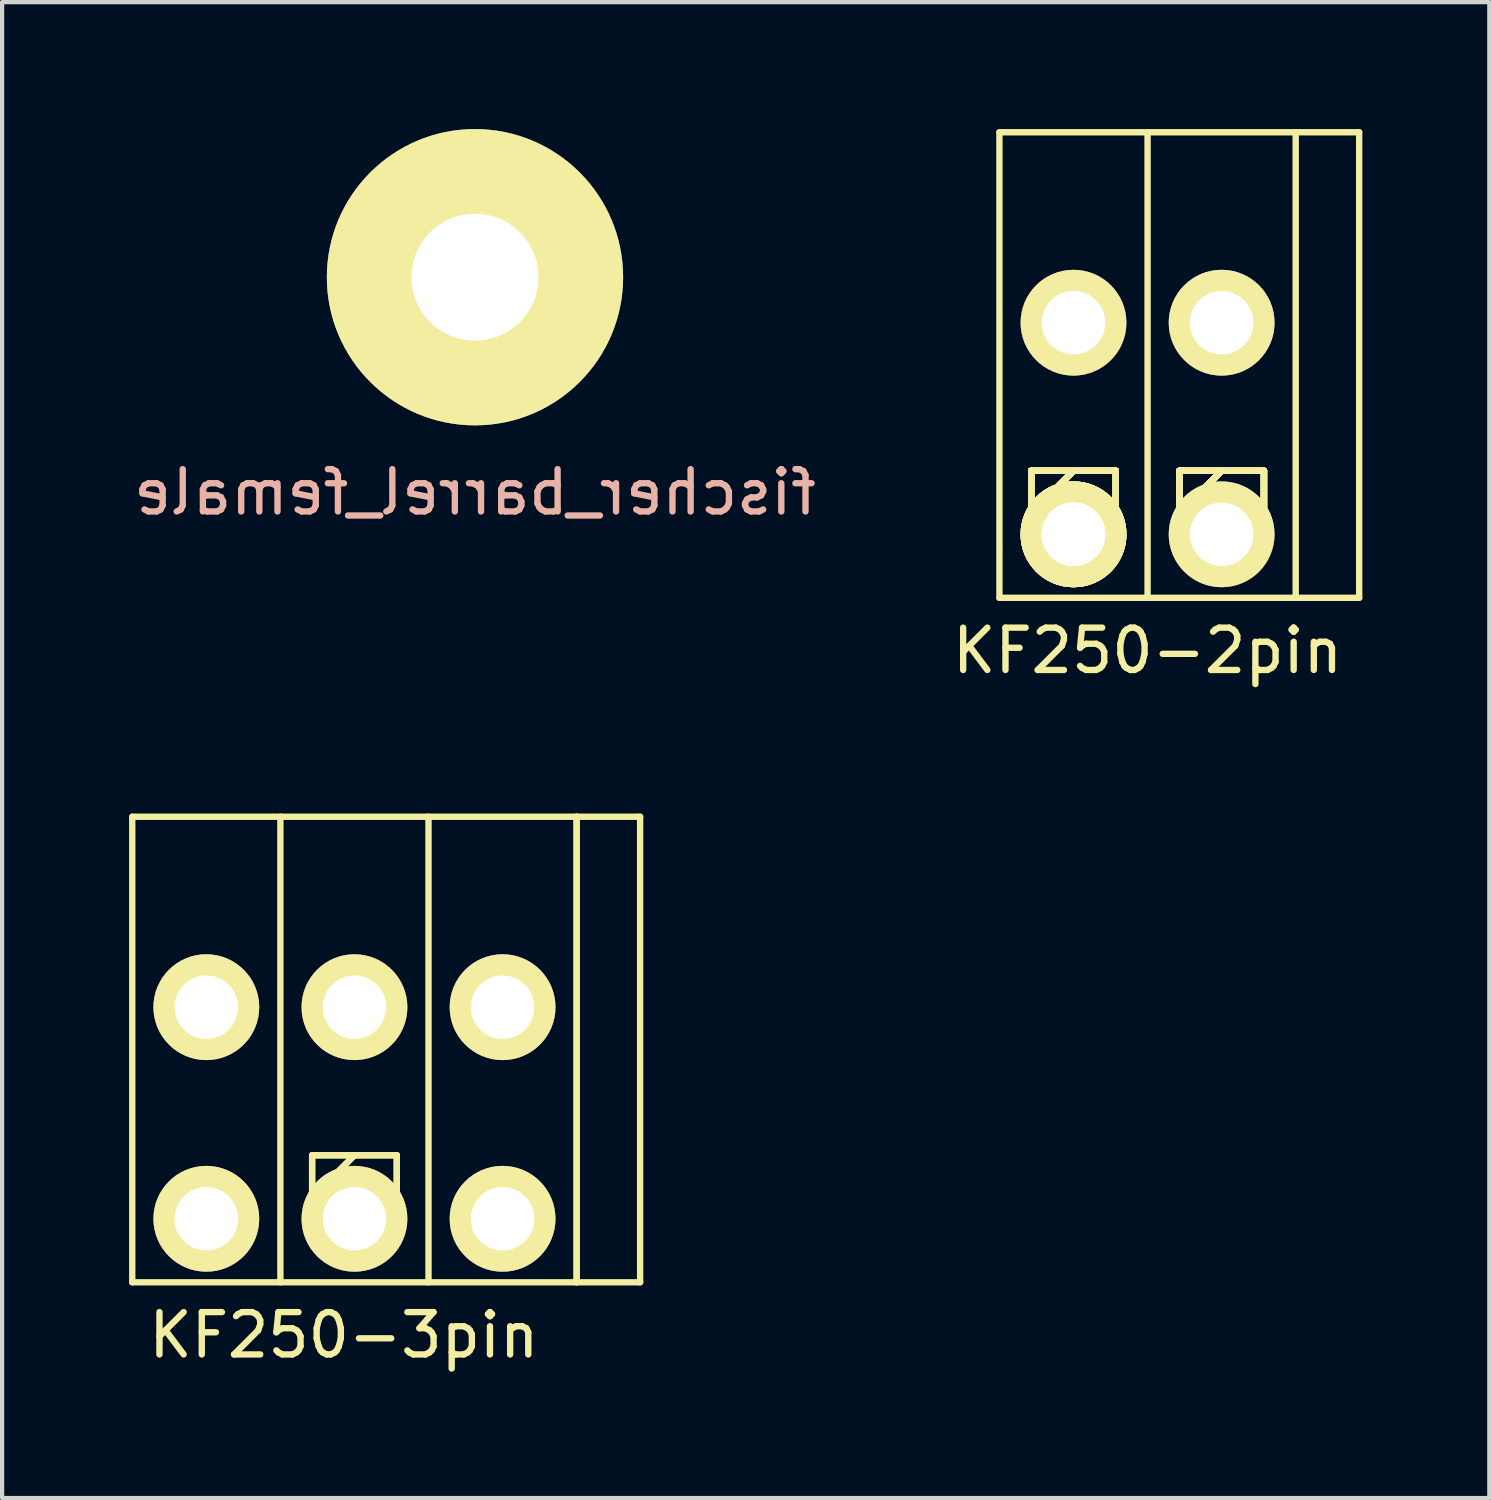
<source format=kicad_pcb>
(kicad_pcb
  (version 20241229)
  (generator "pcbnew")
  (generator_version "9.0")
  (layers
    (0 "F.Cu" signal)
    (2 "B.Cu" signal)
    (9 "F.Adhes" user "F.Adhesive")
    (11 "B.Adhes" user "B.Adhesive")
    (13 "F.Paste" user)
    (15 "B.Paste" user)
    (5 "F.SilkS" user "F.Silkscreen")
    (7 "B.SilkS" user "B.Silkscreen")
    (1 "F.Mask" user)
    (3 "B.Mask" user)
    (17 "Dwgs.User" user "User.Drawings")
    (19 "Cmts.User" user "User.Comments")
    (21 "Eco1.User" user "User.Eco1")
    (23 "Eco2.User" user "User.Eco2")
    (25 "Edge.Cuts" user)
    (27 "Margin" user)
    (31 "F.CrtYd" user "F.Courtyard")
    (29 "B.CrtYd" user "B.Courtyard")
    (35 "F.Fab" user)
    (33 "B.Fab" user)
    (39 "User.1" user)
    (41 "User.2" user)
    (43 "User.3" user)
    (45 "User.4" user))
  (footprint "KF250-2pin"
    (layer "F.Cu")
    (at 24.065 7.075)
    (property "Reference" "KF250-2pin" (at 0 5.25 0) (layer "F.SilkS") (effects (font (size 1 1) (thickness 0.15))))
    (attr through_hole)
    (fp_line (start -3.5 -7) (end -3.5 4) (stroke (width 0.15) (type solid)) (layer "F.SilkS"))
    (fp_line (start -3.5 -7) (end 5 -7) (stroke (width 0.15) (type solid)) (layer "F.SilkS"))
    (fp_line (start -3.5 4) (end 5 4) (stroke (width 0.15) (type solid)) (layer "F.SilkS"))
    (fp_line (start -2.75 1) (end -2.75 3) (stroke (width 0.15) (type solid)) (layer "F.SilkS"))
    (fp_line (start -2.75 1) (end -2.75 3) (stroke (width 0.15) (type solid)) (layer "F.SilkS"))
    (fp_line (start -2.75 1) (end -2.75 3) (stroke (width 0.15) (type solid)) (layer "F.SilkS"))
    (fp_line (start -2.75 1) (end -2.75 3) (stroke (width 0.15) (type solid)) (layer "F.SilkS"))
    (fp_line (start -2.75 1) (end -2.75 3) (stroke (width 0.15) (type solid)) (layer "F.SilkS"))
    (fp_line (start -2.75 1) (end -2.75 3) (stroke (width 0.15) (type solid)) (layer "F.SilkS"))
    (fp_line (start -2.75 1) (end -2.75 3) (stroke (width 0.15) (type solid)) (layer "F.SilkS"))
    (fp_line (start -2.75 1) (end -2.75 3) (stroke (width 0.15) (type solid)) (layer "F.SilkS"))
    (fp_line (start -2.75 3) (end -0.75 3) (stroke (width 0.15) (type solid)) (layer "F.SilkS"))
    (fp_line (start -2.75 3) (end -0.75 3) (stroke (width 0.15) (type solid)) (layer "F.SilkS"))
    (fp_line (start -2.75 3) (end -0.75 3) (stroke (width 0.15) (type solid)) (layer "F.SilkS"))
    (fp_line (start -2.75 3) (end -0.75 3) (stroke (width 0.15) (type solid)) (layer "F.SilkS"))
    (fp_line (start -2.75 3) (end -0.75 3) (stroke (width 0.15) (type solid)) (layer "F.SilkS"))
    (fp_line (start -2.75 3) (end -0.75 3) (stroke (width 0.15) (type solid)) (layer "F.SilkS"))
    (fp_line (start -2.75 3) (end -0.75 3) (stroke (width 0.15) (type solid)) (layer "F.SilkS"))
    (fp_line (start -2.75 3) (end -0.75 3) (stroke (width 0.15) (type solid)) (layer "F.SilkS"))
    (fp_line (start -1.75 1) (end -2.75 2) (stroke (width 0.15) (type solid)) (layer "F.SilkS"))
    (fp_line (start -1.75 1) (end -2.75 2) (stroke (width 0.15) (type solid)) (layer "F.SilkS"))
    (fp_line (start -1.75 1) (end -2.75 2) (stroke (width 0.15) (type solid)) (layer "F.SilkS"))
    (fp_line (start -1.75 1) (end -2.75 2) (stroke (width 0.15) (type solid)) (layer "F.SilkS"))
    (fp_line (start -1.75 1) (end -2.75 2) (stroke (width 0.15) (type solid)) (layer "F.SilkS"))
    (fp_line (start -1.75 1) (end -2.75 2) (stroke (width 0.15) (type solid)) (layer "F.SilkS"))
    (fp_line (start -1.75 1) (end -2.75 2) (stroke (width 0.15) (type solid)) (layer "F.SilkS"))
    (fp_line (start -1.75 1) (end -2.75 2) (stroke (width 0.15) (type solid)) (layer "F.SilkS"))
    (fp_line (start -0.75 1) (end -2.75 1) (stroke (width 0.15) (type solid)) (layer "F.SilkS"))
    (fp_line (start -0.75 1) (end -2.75 1) (stroke (width 0.15) (type solid)) (layer "F.SilkS"))
    (fp_line (start -0.75 1) (end -2.75 1) (stroke (width 0.15) (type solid)) (layer "F.SilkS"))
    (fp_line (start -0.75 1) (end -2.75 1) (stroke (width 0.15) (type solid)) (layer "F.SilkS"))
    (fp_line (start -0.75 1) (end -2.75 1) (stroke (width 0.15) (type solid)) (layer "F.SilkS"))
    (fp_line (start -0.75 1) (end -2.75 1) (stroke (width 0.15) (type solid)) (layer "F.SilkS"))
    (fp_line (start -0.75 1) (end -2.75 1) (stroke (width 0.15) (type solid)) (layer "F.SilkS"))
    (fp_line (start -0.75 1) (end -2.75 1) (stroke (width 0.15) (type solid)) (layer "F.SilkS"))
    (fp_line (start -0.75 3) (end -0.75 1) (stroke (width 0.15) (type solid)) (layer "F.SilkS"))
    (fp_line (start -0.75 3) (end -0.75 1) (stroke (width 0.15) (type solid)) (layer "F.SilkS"))
    (fp_line (start -0.75 3) (end -0.75 1) (stroke (width 0.15) (type solid)) (layer "F.SilkS"))
    (fp_line (start -0.75 3) (end -0.75 1) (stroke (width 0.15) (type solid)) (layer "F.SilkS"))
    (fp_line (start -0.75 3) (end -0.75 1) (stroke (width 0.15) (type solid)) (layer "F.SilkS"))
    (fp_line (start -0.75 3) (end -0.75 1) (stroke (width 0.15) (type solid)) (layer "F.SilkS"))
    (fp_line (start -0.75 3) (end -0.75 1) (stroke (width 0.15) (type solid)) (layer "F.SilkS"))
    (fp_line (start -0.75 3) (end -0.75 1) (stroke (width 0.15) (type solid)) (layer "F.SilkS"))
    (fp_line (start 0 -7) (end 0 4) (stroke (width 0.15) (type solid)) (layer "F.SilkS"))
    (fp_line (start 0.75 1) (end 0.75 3) (stroke (width 0.15) (type solid)) (layer "F.SilkS"))
    (fp_line (start 0.75 1) (end 0.75 3) (stroke (width 0.15) (type solid)) (layer "F.SilkS"))
    (fp_line (start 0.75 1) (end 0.75 3) (stroke (width 0.15) (type solid)) (layer "F.SilkS"))
    (fp_line (start 0.75 1) (end 0.75 3) (stroke (width 0.15) (type solid)) (layer "F.SilkS"))
    (fp_line (start 0.75 1) (end 0.75 3) (stroke (width 0.15) (type solid)) (layer "F.SilkS"))
    (fp_line (start 0.75 1) (end 0.75 3) (stroke (width 0.15) (type solid)) (layer "F.SilkS"))
    (fp_line (start 0.75 1) (end 0.75 3) (stroke (width 0.15) (type solid)) (layer "F.SilkS"))
    (fp_line (start 0.75 1) (end 0.75 3) (stroke (width 0.15) (type solid)) (layer "F.SilkS"))
    (fp_line (start 0.75 3) (end 2.75 3) (stroke (width 0.15) (type solid)) (layer "F.SilkS"))
    (fp_line (start 0.75 3) (end 2.75 3) (stroke (width 0.15) (type solid)) (layer "F.SilkS"))
    (fp_line (start 0.75 3) (end 2.75 3) (stroke (width 0.15) (type solid)) (layer "F.SilkS"))
    (fp_line (start 0.75 3) (end 2.75 3) (stroke (width 0.15) (type solid)) (layer "F.SilkS"))
    (fp_line (start 0.75 3) (end 2.75 3) (stroke (width 0.15) (type solid)) (layer "F.SilkS"))
    (fp_line (start 0.75 3) (end 2.75 3) (stroke (width 0.15) (type solid)) (layer "F.SilkS"))
    (fp_line (start 0.75 3) (end 2.75 3) (stroke (width 0.15) (type solid)) (layer "F.SilkS"))
    (fp_line (start 0.75 3) (end 2.75 3) (stroke (width 0.15) (type solid)) (layer "F.SilkS"))
    (fp_line (start 1.75 1) (end 0.75 2) (stroke (width 0.15) (type solid)) (layer "F.SilkS"))
    (fp_line (start 1.75 1) (end 0.75 2) (stroke (width 0.15) (type solid)) (layer "F.SilkS"))
    (fp_line (start 1.75 1) (end 0.75 2) (stroke (width 0.15) (type solid)) (layer "F.SilkS"))
    (fp_line (start 1.75 1) (end 0.75 2) (stroke (width 0.15) (type solid)) (layer "F.SilkS"))
    (fp_line (start 1.75 1) (end 0.75 2) (stroke (width 0.15) (type solid)) (layer "F.SilkS"))
    (fp_line (start 1.75 1) (end 0.75 2) (stroke (width 0.15) (type solid)) (layer "F.SilkS"))
    (fp_line (start 1.75 1) (end 0.75 2) (stroke (width 0.15) (type solid)) (layer "F.SilkS"))
    (fp_line (start 1.75 1) (end 0.75 2) (stroke (width 0.15) (type solid)) (layer "F.SilkS"))
    (fp_line (start 2.75 1) (end 0.75 1) (stroke (width 0.15) (type solid)) (layer "F.SilkS"))
    (fp_line (start 2.75 1) (end 0.75 1) (stroke (width 0.15) (type solid)) (layer "F.SilkS"))
    (fp_line (start 2.75 1) (end 0.75 1) (stroke (width 0.15) (type solid)) (layer "F.SilkS"))
    (fp_line (start 2.75 1) (end 0.75 1) (stroke (width 0.15) (type solid)) (layer "F.SilkS"))
    (fp_line (start 2.75 1) (end 0.75 1) (stroke (width 0.15) (type solid)) (layer "F.SilkS"))
    (fp_line (start 2.75 1) (end 0.75 1) (stroke (width 0.15) (type solid)) (layer "F.SilkS"))
    (fp_line (start 2.75 1) (end 0.75 1) (stroke (width 0.15) (type solid)) (layer "F.SilkS"))
    (fp_line (start 2.75 1) (end 0.75 1) (stroke (width 0.15) (type solid)) (layer "F.SilkS"))
    (fp_line (start 2.75 3) (end 2.75 1) (stroke (width 0.15) (type solid)) (layer "F.SilkS"))
    (fp_line (start 2.75 3) (end 2.75 1) (stroke (width 0.15) (type solid)) (layer "F.SilkS"))
    (fp_line (start 2.75 3) (end 2.75 1) (stroke (width 0.15) (type solid)) (layer "F.SilkS"))
    (fp_line (start 2.75 3) (end 2.75 1) (stroke (width 0.15) (type solid)) (layer "F.SilkS"))
    (fp_line (start 2.75 3) (end 2.75 1) (stroke (width 0.15) (type solid)) (layer "F.SilkS"))
    (fp_line (start 2.75 3) (end 2.75 1) (stroke (width 0.15) (type solid)) (layer "F.SilkS"))
    (fp_line (start 2.75 3) (end 2.75 1) (stroke (width 0.15) (type solid)) (layer "F.SilkS"))
    (fp_line (start 2.75 3) (end 2.75 1) (stroke (width 0.15) (type solid)) (layer "F.SilkS"))
    (fp_line (start 3.5 -7) (end 3.5 4) (stroke (width 0.15) (type solid)) (layer "F.SilkS"))
    (fp_line (start 5 -7) (end 5 4) (stroke (width 0.15) (type solid)) (layer "F.SilkS"))
    (fp_circle (center -1.75 -2.5) (end -1.75 -1.75) (stroke (width 0.15) (type solid)) (fill no) (layer "F.SilkS"))
    (fp_circle (center 1.75 -2.5) (end 2.25 -2) (stroke (width 0.15) (type solid)) (fill no) (layer "F.SilkS"))
    (pad "1" thru_hole circle (at 1.75 -2.5) (size 2.5 2.5) (drill 1.5) (layers "*.Cu" "*.Mask" "F.SilkS"))
    (pad "1" thru_hole circle (at 1.75 2.5) (size 2.5 2.5) (drill 1.5) (layers "*.Cu" "*.Mask" "F.SilkS"))
    (pad "2" thru_hole circle (at -1.75 -2.5) (size 2.5 2.5) (drill 1.5) (layers "*.Cu" "*.Mask" "F.SilkS"))
    (pad "2" thru_hole circle (at -1.75 2.5) (size 2.5 2.5) (drill 1.5) (layers "*.Cu" "*.Mask" "F.SilkS"))
    (pad "2" thru_hole circle (at -1.75 2.5) (size 2.5 2.5) (drill 1.5) (layers "*.Cu" "*.Mask" "F.SilkS"))
    (pad "2" thru_hole circle (at -1.75 2.5) (size 2.5 2.5) (drill 1.5) (layers "*.Cu" "*.Mask" "F.SilkS"))
    (pad "2" thru_hole circle (at -1.75 2.5) (size 2.5 2.5) (drill 1.5) (layers "*.Cu" "*.Mask" "F.SilkS")))
  (footprint "fischer_barrel_female"
    (layer "F.Cu")
    (at 8.173 3.5)
    (property "Reference" "fischer_barrel_female" (at 0 5.08 0) (layer "B.SilkS") (effects (font (size 1 1) (thickness 0.15)) (justify mirror)))
    (attr through_hole)
    (pad "1" thru_hole circle (at 0 0) (size 7 7) (drill 3) (layers "*.Cu" "*.Mask" "F.SilkS")))
  (footprint "KF250-3pin"
    (layer "F.Cu")
    (at 5.075 23.248)
    (property "Reference" "KF250-3pin" (at 0 5.25 0) (layer "F.SilkS") (effects (font (size 1 1) (thickness 0.15))))
    (attr through_hole)
    (fp_line (start -5 -7) (end -5 4) (stroke (width 0.15) (type solid)) (layer "F.SilkS"))
    (fp_line (start -5 -7) (end 7 -7) (stroke (width 0.15) (type solid)) (layer "F.SilkS"))
    (fp_line (start -5 4) (end 7 4) (stroke (width 0.15) (type solid)) (layer "F.SilkS"))
    (fp_line (start -1.5 -7) (end -1.5 4) (stroke (width 0.15) (type solid)) (layer "F.SilkS"))
    (fp_line (start -0.75 1) (end -0.75 3) (stroke (width 0.15) (type solid)) (layer "F.SilkS"))
    (fp_line (start -0.75 1) (end -0.75 3) (stroke (width 0.15) (type solid)) (layer "F.SilkS"))
    (fp_line (start -0.75 3) (end 1.25 3) (stroke (width 0.15) (type solid)) (layer "F.SilkS"))
    (fp_line (start -0.75 3) (end 1.25 3) (stroke (width 0.15) (type solid)) (layer "F.SilkS"))
    (fp_line (start 0.25 1) (end -0.75 2) (stroke (width 0.15) (type solid)) (layer "F.SilkS"))
    (fp_line (start 0.25 1) (end -0.75 2) (stroke (width 0.15) (type solid)) (layer "F.SilkS"))
    (fp_line (start 1.25 1) (end -0.75 1) (stroke (width 0.15) (type solid)) (layer "F.SilkS"))
    (fp_line (start 1.25 1) (end -0.75 1) (stroke (width 0.15) (type solid)) (layer "F.SilkS"))
    (fp_line (start 1.25 3) (end 1.25 1) (stroke (width 0.15) (type solid)) (layer "F.SilkS"))
    (fp_line (start 1.25 3) (end 1.25 1) (stroke (width 0.15) (type solid)) (layer "F.SilkS"))
    (fp_line (start 2 -7) (end 2 4) (stroke (width 0.15) (type solid)) (layer "F.SilkS"))
    (fp_line (start 5.5 -7) (end 5.5 4) (stroke (width 0.15) (type solid)) (layer "F.SilkS"))
    (fp_line (start 5.5 -7) (end 5.5 4) (stroke (width 0.15) (type solid)) (layer "F.SilkS"))
    (fp_line (start 7 -7) (end 7 4) (stroke (width 0.15) (type solid)) (layer "F.SilkS"))
    (fp_circle (center -3.25 -2.5) (end -2.75 -2) (stroke (width 0.15) (type solid)) (fill no) (layer "F.SilkS"))
    (fp_circle (center 3.75 -2.5) (end 4.25 -2) (stroke (width 0.15) (type solid)) (fill no) (layer "F.SilkS"))
    (pad "1" thru_hole circle (at 3.75 -2.5) (size 2.5 2.5) (drill 1.5) (layers "*.Cu" "*.Mask" "F.SilkS"))
    (pad "1" thru_hole circle (at 3.75 2.5) (size 2.5 2.5) (drill 1.5) (layers "*.Cu" "*.Mask" "F.SilkS"))
    (pad "2" thru_hole circle (at 0.25 -2.5) (size 2.5 2.5) (drill 1.5) (layers "*.Cu" "*.Mask" "F.SilkS"))
    (pad "2" thru_hole circle (at 0.25 2.5) (size 2.5 2.5) (drill 1.5) (layers "*.Cu" "*.Mask" "F.SilkS"))
    (pad "3" thru_hole circle (at -3.25 -2.5) (size 2.5 2.5) (drill 1.5) (layers "*.Cu" "*.Mask" "F.SilkS"))
    (pad "3" thru_hole circle (at -3.25 2.5) (size 2.5 2.5) (drill 1.5) (layers "*.Cu" "*.Mask" "F.SilkS")))
  (gr_rect
    (start -3 -3)
    (end 32.14 32.346)
    (stroke (width 0.1) (type default))
    (fill no)
    (layer "Edge.Cuts")))
</source>
